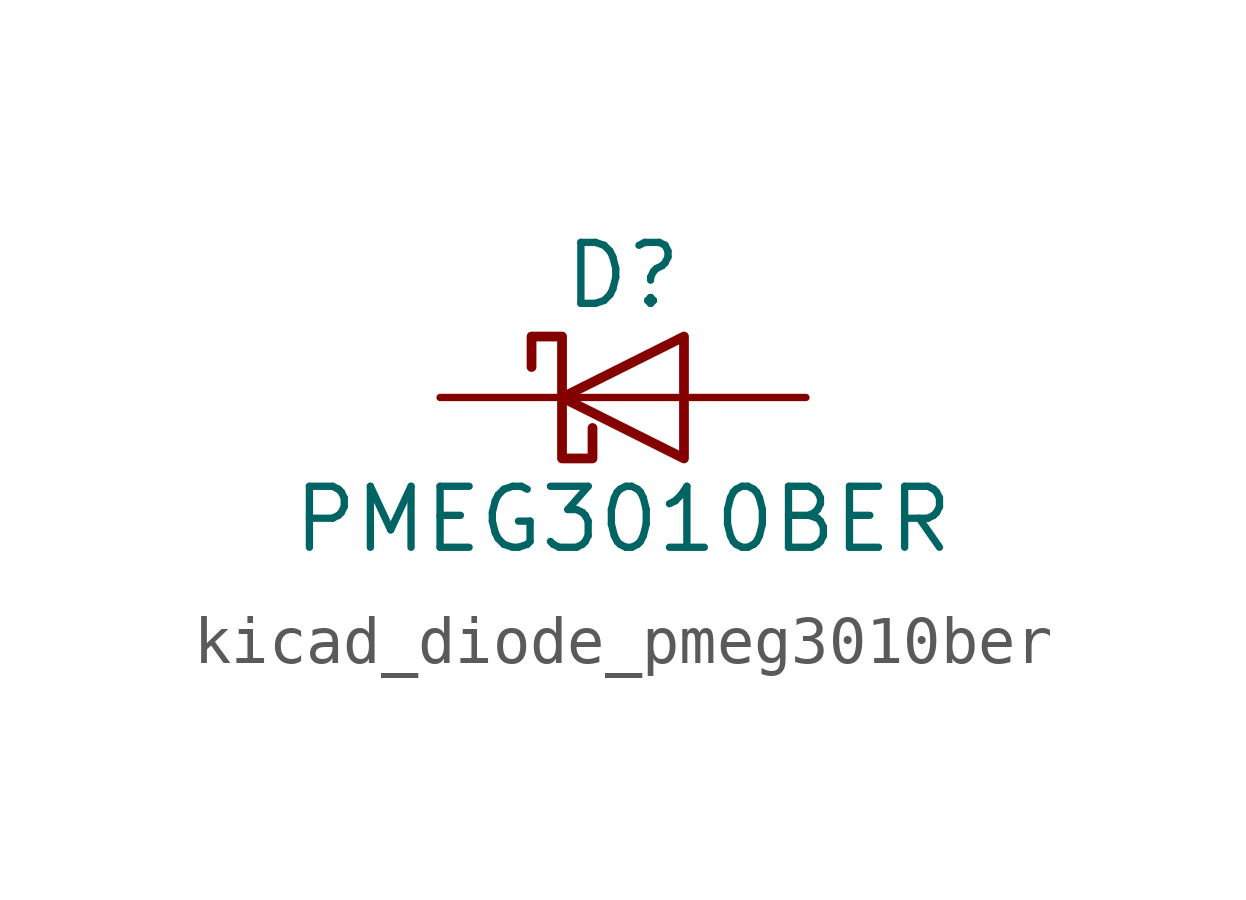
<source format=kicad_sym>
(kicad_symbol_lib
  (version 20220914)
  (generator kicad_symbol_editor)
  (symbol "kicad_diode_pmeg3010ber"
    (pin_numbers hide)
    (pin_names hide)
    (property "Reference" "D"
      (at 0 2.54 0)
      (effects (font (size 1.27 1.27))))
    (property "Value" "PMEG3010BER"
      (at 0 -2.54 0)
      (effects (font (size 1.27 1.27))))
    (symbol "kicad_diode_pmeg3010ber_0_1"
      (polyline (pts (xy 1.27 0) (xy -1.27 0)) (stroke (width 0) (type default)) (fill (type none)))
      (polyline (pts (xy 1.27 1.27) (xy 1.27 -1.27) (xy -1.27 0) (xy 1.27 1.27)) (stroke (width 0.203) (type default)) (fill (type none)))
      (polyline (pts (xy -1.905 0.635) (xy -1.905 1.27) (xy -1.27 1.27) (xy -1.27 -1.27) (xy -0.635 -1.27) (xy -0.635 -0.635)) (stroke (width 0.203) (type default)) (fill (type none))))
    (symbol "kicad_diode_pmeg3010ber_1_1"
      (pin passive line (at -3.81 0 0) (length 2.54) (name "K" (effects (font (size 1.27 1.27)))) (number "1" (effects (font (size 1.27 1.27)))))
      (pin passive line (at 3.81 0 180) (length 2.54) (name "A" (effects (font (size 1.27 1.27)))) (number "2" (effects (font (size 1.27 1.27))))))))
</source>
